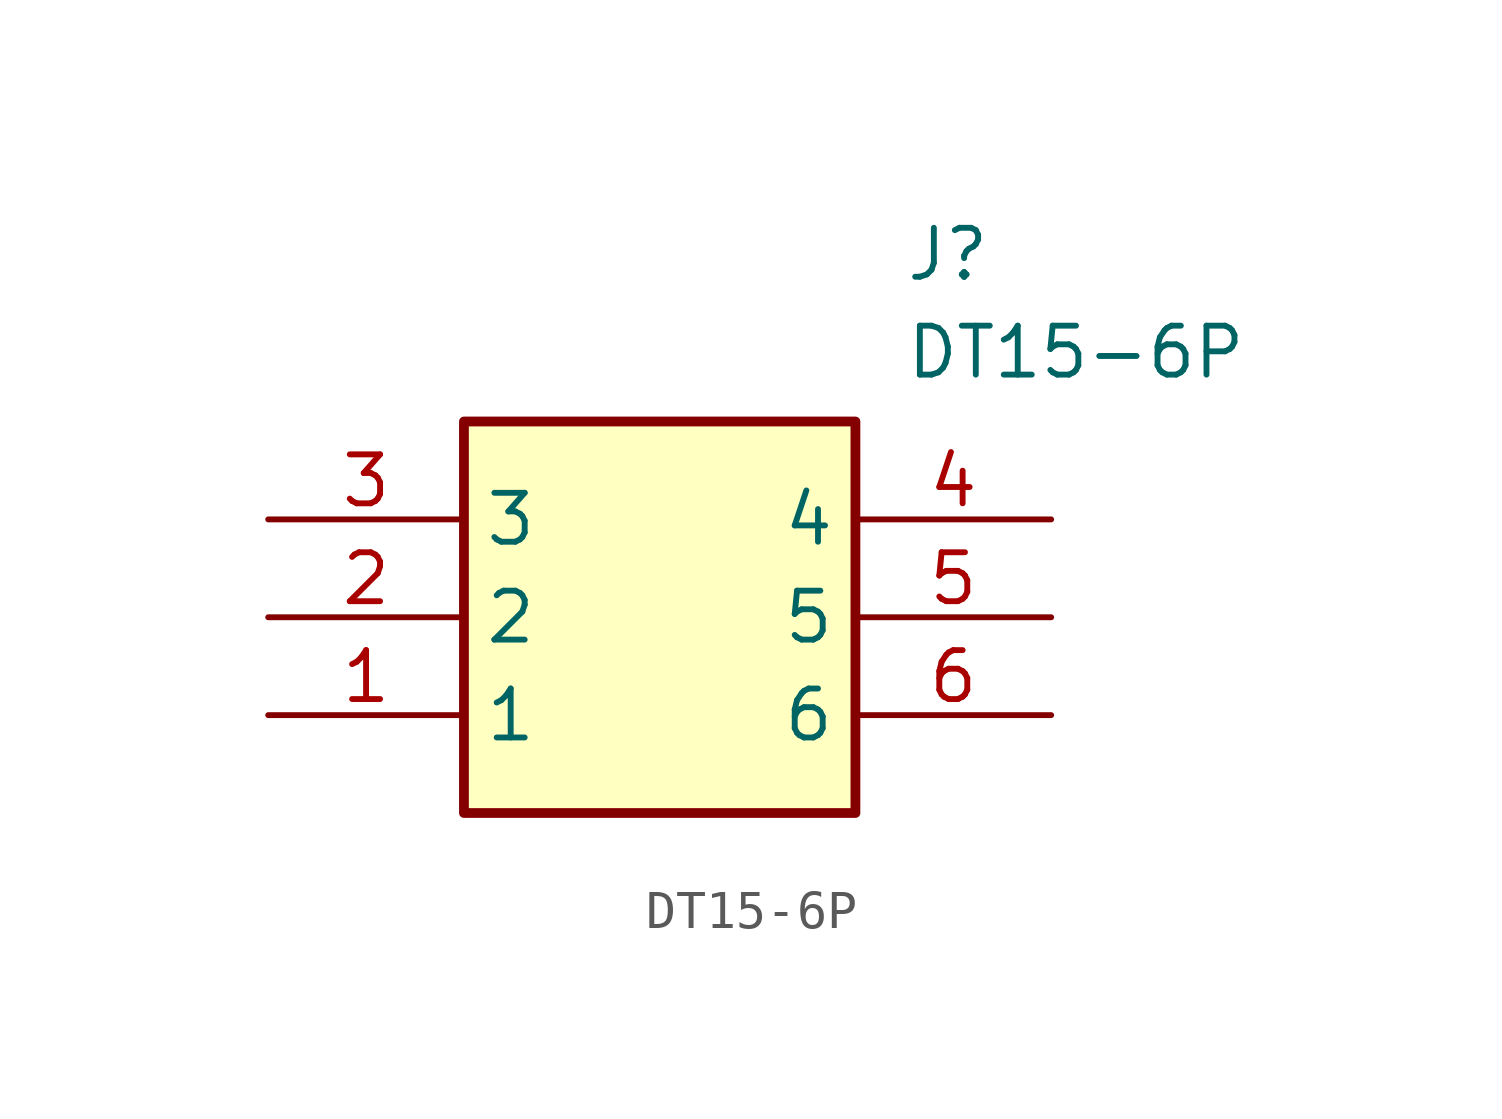
<source format=kicad_sym>
(kicad_symbol_lib
  (version 20211014)
  (generator SamacSys_ECAD_Model)
  (symbol "DT15-6P"
    (property "Reference" "J"
      (at 16.51 7.62 0)
      (effects (font (size 1.27 1.27)) (justify left top)))
    (property "Value" "DT15-6P"
      (at 16.51 5.08 0)
      (effects (font (size 1.27 1.27)) (justify left top)))
    (rectangle
      (start 5.08 2.54)
      (end 15.24 -7.62)
      (stroke (width 0.254) (type default))
      (fill (type background)))
    (pin passive line
      (at 0 -5.08 0)
      (length 5.08)
      (name "1" (effects (font (size 1.27 1.27))))
      (number "1" (effects (font (size 1.27 1.27)))))
    (pin passive line
      (at 0 -2.54 0)
      (length 5.08)
      (name "2" (effects (font (size 1.27 1.27))))
      (number "2" (effects (font (size 1.27 1.27)))))
    (pin passive line
      (at 0 0 0)
      (length 5.08)
      (name "3" (effects (font (size 1.27 1.27))))
      (number "3" (effects (font (size 1.27 1.27)))))
    (pin passive line
      (at 20.32 0 180)
      (length 5.08)
      (name "4" (effects (font (size 1.27 1.27))))
      (number "4" (effects (font (size 1.27 1.27)))))
    (pin passive line
      (at 20.32 -2.54 180)
      (length 5.08)
      (name "5" (effects (font (size 1.27 1.27))))
      (number "5" (effects (font (size 1.27 1.27)))))
    (pin passive line
      (at 20.32 -5.08 180)
      (length 5.08)
      (name "6" (effects (font (size 1.27 1.27))))
      (number "6" (effects (font (size 1.27 1.27)))))))
</source>
